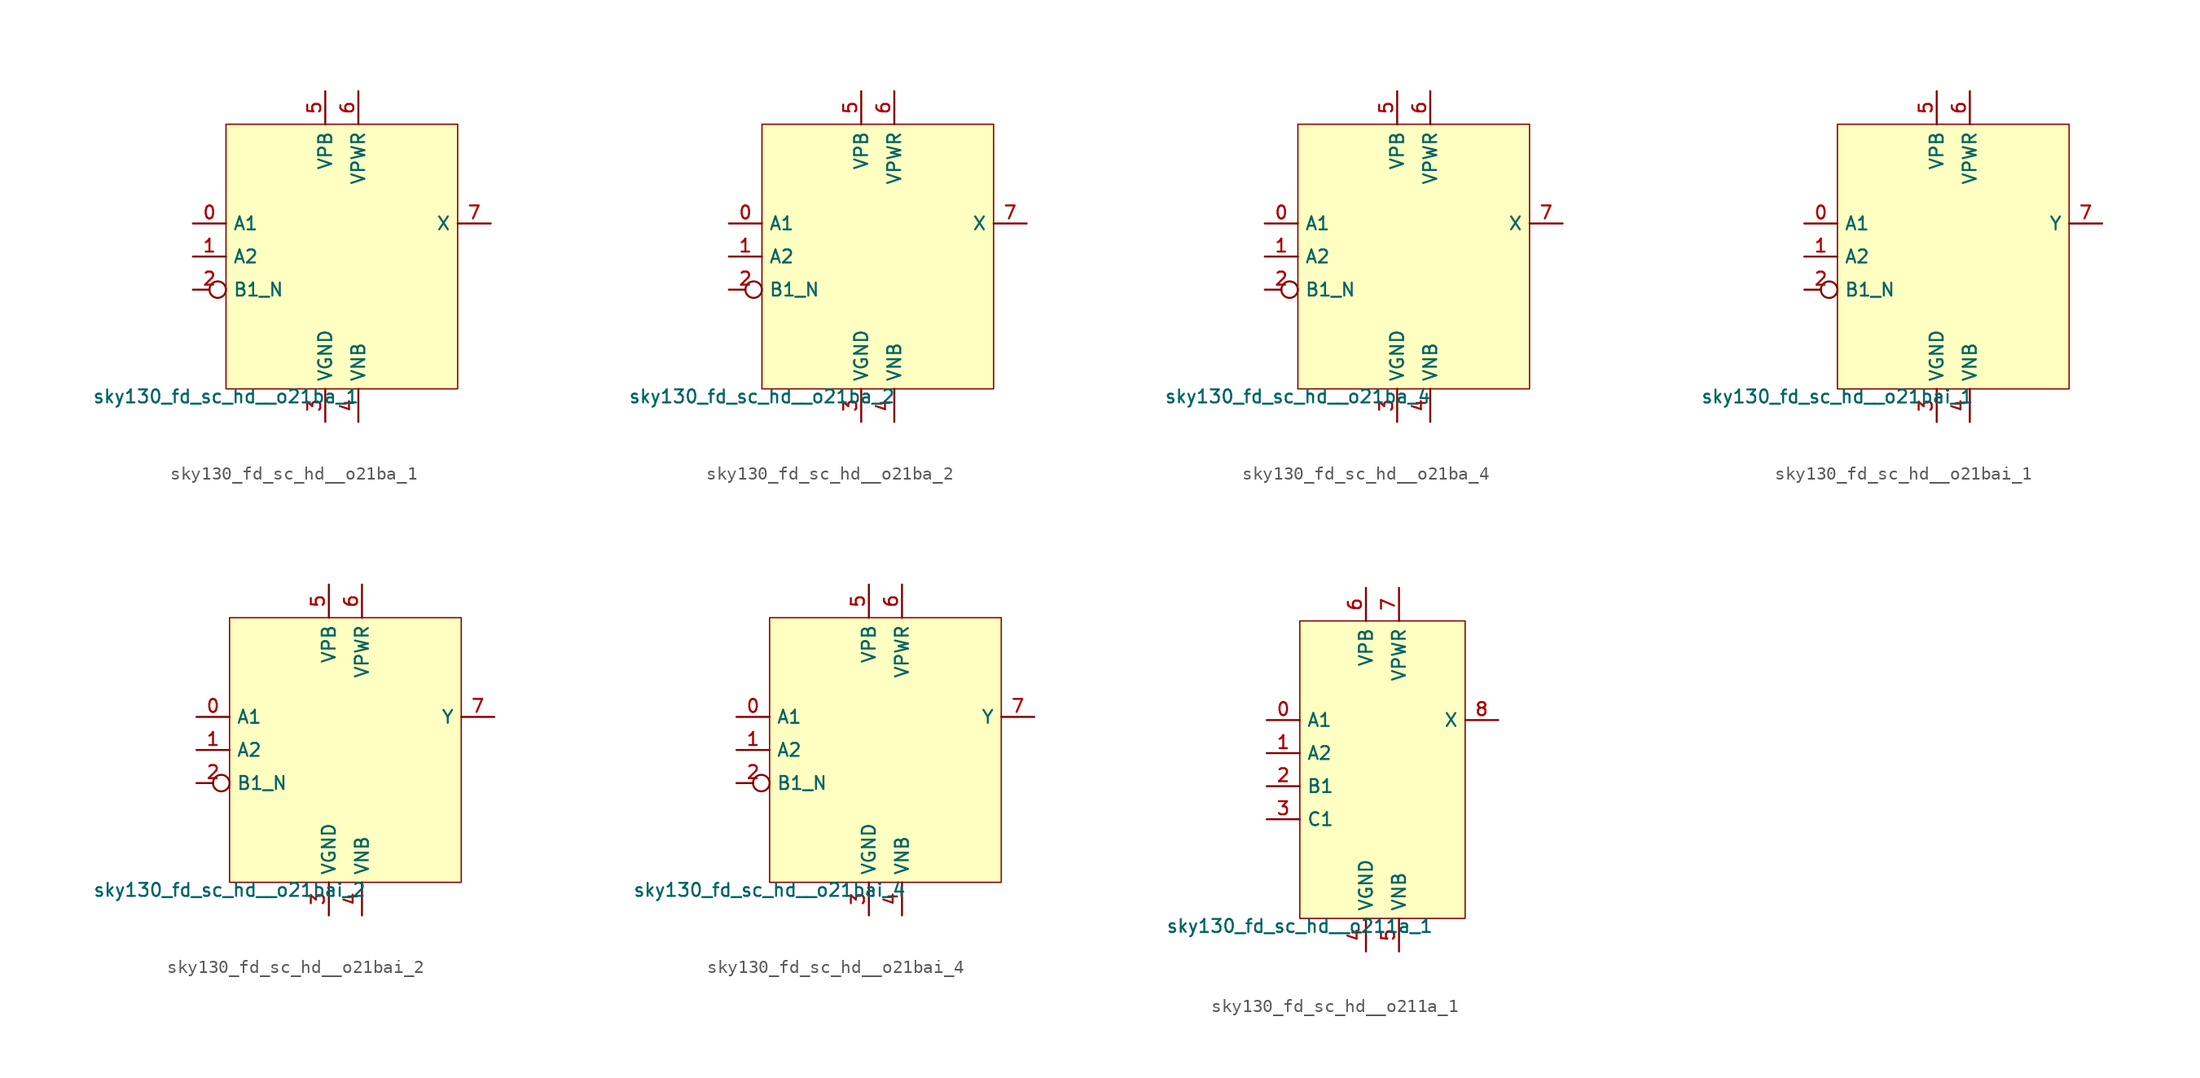
<source format=kicad_sym>
(kicad_symbol_lib
  (version 20211014)
  (generator lef2kicad_sym)
  (symbol "sky130_fd_sc_hd__o21ba_1"
    (property "Reference" "X"
      (at 0 0 0)
      (effects (font (size 1 1)) hide))
    (property "Value" "sky130_fd_sc_hd__o21ba_1"
      (at -8.89 -10.16 0)
      (effects (font (size 1 1)) (justify top)))
    (rectangle
      (start -8.89 -10.16)
      (end 8.89 10.16)
      (stroke (width 0.1) (type solid) (color 0 0 0 0))
      (fill (type background)))
    (pin input line
      (at -11.43 2.54 0)
      (length 2.54)
      (name "A1" (effects (font (size 1 1)) hide))
      (number "0" (effects (font (size 1 1)) hide)))
    (pin input line
      (at -11.43 0.0 0)
      (length 2.54)
      (name "A2" (effects (font (size 1 1)) hide))
      (number "1" (effects (font (size 1 1)) hide)))
    (pin input inverted
      (at -11.43 -2.54 0)
      (length 2.54)
      (name "B1_N" (effects (font (size 1 1)) hide))
      (number "2" (effects (font (size 1 1)) hide)))
    (pin power_in line
      (at -1.27 -12.7 90)
      (length 2.54)
      (name "VGND" (effects (font (size 1 1)) hide))
      (number "3" (effects (font (size 1 1)) hide)))
    (pin power_in line
      (at 1.27 -12.7 90)
      (length 2.54)
      (name "VNB" (effects (font (size 1 1)) hide))
      (number "4" (effects (font (size 1 1)) hide)))
    (pin power_in line
      (at -1.27 12.7 270)
      (length 2.54)
      (name "VPB" (effects (font (size 1 1)) hide))
      (number "5" (effects (font (size 1 1)) hide)))
    (pin power_in line
      (at 1.27 12.7 270)
      (length 2.54)
      (name "VPWR" (effects (font (size 1 1)) hide))
      (number "6" (effects (font (size 1 1)) hide)))
    (pin output line
      (at 11.43 2.54 180)
      (length 2.54)
      (name "X" (effects (font (size 1 1)) hide))
      (number "7" (effects (font (size 1 1)) hide))))
  (symbol "sky130_fd_sc_hd__o21ba_2"
    (property "Reference" "X"
      (at 0 0 0)
      (effects (font (size 1 1)) hide))
    (property "Value" "sky130_fd_sc_hd__o21ba_2"
      (at -8.89 -10.16 0)
      (effects (font (size 1 1)) (justify top)))
    (rectangle
      (start -8.89 -10.16)
      (end 8.89 10.16)
      (stroke (width 0.1) (type solid) (color 0 0 0 0))
      (fill (type background)))
    (pin input line
      (at -11.43 2.54 0)
      (length 2.54)
      (name "A1" (effects (font (size 1 1)) hide))
      (number "0" (effects (font (size 1 1)) hide)))
    (pin input line
      (at -11.43 0.0 0)
      (length 2.54)
      (name "A2" (effects (font (size 1 1)) hide))
      (number "1" (effects (font (size 1 1)) hide)))
    (pin input inverted
      (at -11.43 -2.54 0)
      (length 2.54)
      (name "B1_N" (effects (font (size 1 1)) hide))
      (number "2" (effects (font (size 1 1)) hide)))
    (pin power_in line
      (at -1.27 -12.7 90)
      (length 2.54)
      (name "VGND" (effects (font (size 1 1)) hide))
      (number "3" (effects (font (size 1 1)) hide)))
    (pin power_in line
      (at 1.27 -12.7 90)
      (length 2.54)
      (name "VNB" (effects (font (size 1 1)) hide))
      (number "4" (effects (font (size 1 1)) hide)))
    (pin power_in line
      (at -1.27 12.7 270)
      (length 2.54)
      (name "VPB" (effects (font (size 1 1)) hide))
      (number "5" (effects (font (size 1 1)) hide)))
    (pin power_in line
      (at 1.27 12.7 270)
      (length 2.54)
      (name "VPWR" (effects (font (size 1 1)) hide))
      (number "6" (effects (font (size 1 1)) hide)))
    (pin output line
      (at 11.43 2.54 180)
      (length 2.54)
      (name "X" (effects (font (size 1 1)) hide))
      (number "7" (effects (font (size 1 1)) hide))))
  (symbol "sky130_fd_sc_hd__o21ba_4"
    (property "Reference" "X"
      (at 0 0 0)
      (effects (font (size 1 1)) hide))
    (property "Value" "sky130_fd_sc_hd__o21ba_4"
      (at -8.89 -10.16 0)
      (effects (font (size 1 1)) (justify top)))
    (rectangle
      (start -8.89 -10.16)
      (end 8.89 10.16)
      (stroke (width 0.1) (type solid) (color 0 0 0 0))
      (fill (type background)))
    (pin input line
      (at -11.43 2.54 0)
      (length 2.54)
      (name "A1" (effects (font (size 1 1)) hide))
      (number "0" (effects (font (size 1 1)) hide)))
    (pin input line
      (at -11.43 0.0 0)
      (length 2.54)
      (name "A2" (effects (font (size 1 1)) hide))
      (number "1" (effects (font (size 1 1)) hide)))
    (pin input inverted
      (at -11.43 -2.54 0)
      (length 2.54)
      (name "B1_N" (effects (font (size 1 1)) hide))
      (number "2" (effects (font (size 1 1)) hide)))
    (pin power_in line
      (at -1.27 -12.7 90)
      (length 2.54)
      (name "VGND" (effects (font (size 1 1)) hide))
      (number "3" (effects (font (size 1 1)) hide)))
    (pin power_in line
      (at 1.27 -12.7 90)
      (length 2.54)
      (name "VNB" (effects (font (size 1 1)) hide))
      (number "4" (effects (font (size 1 1)) hide)))
    (pin power_in line
      (at -1.27 12.7 270)
      (length 2.54)
      (name "VPB" (effects (font (size 1 1)) hide))
      (number "5" (effects (font (size 1 1)) hide)))
    (pin power_in line
      (at 1.27 12.7 270)
      (length 2.54)
      (name "VPWR" (effects (font (size 1 1)) hide))
      (number "6" (effects (font (size 1 1)) hide)))
    (pin output line
      (at 11.43 2.54 180)
      (length 2.54)
      (name "X" (effects (font (size 1 1)) hide))
      (number "7" (effects (font (size 1 1)) hide))))
  (symbol "sky130_fd_sc_hd__o21bai_1"
    (property "Reference" "X"
      (at 0 0 0)
      (effects (font (size 1 1)) hide))
    (property "Value" "sky130_fd_sc_hd__o21bai_1"
      (at -8.89 -10.16 0)
      (effects (font (size 1 1)) (justify top)))
    (rectangle
      (start -8.89 -10.16)
      (end 8.89 10.16)
      (stroke (width 0.1) (type solid) (color 0 0 0 0))
      (fill (type background)))
    (pin input line
      (at -11.43 2.54 0)
      (length 2.54)
      (name "A1" (effects (font (size 1 1)) hide))
      (number "0" (effects (font (size 1 1)) hide)))
    (pin input line
      (at -11.43 0.0 0)
      (length 2.54)
      (name "A2" (effects (font (size 1 1)) hide))
      (number "1" (effects (font (size 1 1)) hide)))
    (pin input inverted
      (at -11.43 -2.54 0)
      (length 2.54)
      (name "B1_N" (effects (font (size 1 1)) hide))
      (number "2" (effects (font (size 1 1)) hide)))
    (pin power_in line
      (at -1.27 -12.7 90)
      (length 2.54)
      (name "VGND" (effects (font (size 1 1)) hide))
      (number "3" (effects (font (size 1 1)) hide)))
    (pin power_in line
      (at 1.27 -12.7 90)
      (length 2.54)
      (name "VNB" (effects (font (size 1 1)) hide))
      (number "4" (effects (font (size 1 1)) hide)))
    (pin power_in line
      (at -1.27 12.7 270)
      (length 2.54)
      (name "VPB" (effects (font (size 1 1)) hide))
      (number "5" (effects (font (size 1 1)) hide)))
    (pin power_in line
      (at 1.27 12.7 270)
      (length 2.54)
      (name "VPWR" (effects (font (size 1 1)) hide))
      (number "6" (effects (font (size 1 1)) hide)))
    (pin output line
      (at 11.43 2.54 180)
      (length 2.54)
      (name "Y" (effects (font (size 1 1)) hide))
      (number "7" (effects (font (size 1 1)) hide))))
  (symbol "sky130_fd_sc_hd__o21bai_2"
    (property "Reference" "X"
      (at 0 0 0)
      (effects (font (size 1 1)) hide))
    (property "Value" "sky130_fd_sc_hd__o21bai_2"
      (at -8.89 -10.16 0)
      (effects (font (size 1 1)) (justify top)))
    (rectangle
      (start -8.89 -10.16)
      (end 8.89 10.16)
      (stroke (width 0.1) (type solid) (color 0 0 0 0))
      (fill (type background)))
    (pin input line
      (at -11.43 2.54 0)
      (length 2.54)
      (name "A1" (effects (font (size 1 1)) hide))
      (number "0" (effects (font (size 1 1)) hide)))
    (pin input line
      (at -11.43 0.0 0)
      (length 2.54)
      (name "A2" (effects (font (size 1 1)) hide))
      (number "1" (effects (font (size 1 1)) hide)))
    (pin input inverted
      (at -11.43 -2.54 0)
      (length 2.54)
      (name "B1_N" (effects (font (size 1 1)) hide))
      (number "2" (effects (font (size 1 1)) hide)))
    (pin power_in line
      (at -1.27 -12.7 90)
      (length 2.54)
      (name "VGND" (effects (font (size 1 1)) hide))
      (number "3" (effects (font (size 1 1)) hide)))
    (pin power_in line
      (at 1.27 -12.7 90)
      (length 2.54)
      (name "VNB" (effects (font (size 1 1)) hide))
      (number "4" (effects (font (size 1 1)) hide)))
    (pin power_in line
      (at -1.27 12.7 270)
      (length 2.54)
      (name "VPB" (effects (font (size 1 1)) hide))
      (number "5" (effects (font (size 1 1)) hide)))
    (pin power_in line
      (at 1.27 12.7 270)
      (length 2.54)
      (name "VPWR" (effects (font (size 1 1)) hide))
      (number "6" (effects (font (size 1 1)) hide)))
    (pin output line
      (at 11.43 2.54 180)
      (length 2.54)
      (name "Y" (effects (font (size 1 1)) hide))
      (number "7" (effects (font (size 1 1)) hide))))
  (symbol "sky130_fd_sc_hd__o21bai_4"
    (property "Reference" "X"
      (at 0 0 0)
      (effects (font (size 1 1)) hide))
    (property "Value" "sky130_fd_sc_hd__o21bai_4"
      (at -8.89 -10.16 0)
      (effects (font (size 1 1)) (justify top)))
    (rectangle
      (start -8.89 -10.16)
      (end 8.89 10.16)
      (stroke (width 0.1) (type solid) (color 0 0 0 0))
      (fill (type background)))
    (pin input line
      (at -11.43 2.54 0)
      (length 2.54)
      (name "A1" (effects (font (size 1 1)) hide))
      (number "0" (effects (font (size 1 1)) hide)))
    (pin input line
      (at -11.43 0.0 0)
      (length 2.54)
      (name "A2" (effects (font (size 1 1)) hide))
      (number "1" (effects (font (size 1 1)) hide)))
    (pin input inverted
      (at -11.43 -2.54 0)
      (length 2.54)
      (name "B1_N" (effects (font (size 1 1)) hide))
      (number "2" (effects (font (size 1 1)) hide)))
    (pin power_in line
      (at -1.27 -12.7 90)
      (length 2.54)
      (name "VGND" (effects (font (size 1 1)) hide))
      (number "3" (effects (font (size 1 1)) hide)))
    (pin power_in line
      (at 1.27 -12.7 90)
      (length 2.54)
      (name "VNB" (effects (font (size 1 1)) hide))
      (number "4" (effects (font (size 1 1)) hide)))
    (pin power_in line
      (at -1.27 12.7 270)
      (length 2.54)
      (name "VPB" (effects (font (size 1 1)) hide))
      (number "5" (effects (font (size 1 1)) hide)))
    (pin power_in line
      (at 1.27 12.7 270)
      (length 2.54)
      (name "VPWR" (effects (font (size 1 1)) hide))
      (number "6" (effects (font (size 1 1)) hide)))
    (pin output line
      (at 11.43 2.54 180)
      (length 2.54)
      (name "Y" (effects (font (size 1 1)) hide))
      (number "7" (effects (font (size 1 1)) hide))))
  (symbol "sky130_fd_sc_hd__o211a_1"
    (property "Reference" "X"
      (at 0 0 0)
      (effects (font (size 1 1)) hide))
    (property "Value" "sky130_fd_sc_hd__o211a_1"
      (at -6.35 -11.43 0)
      (effects (font (size 1 1)) (justify top)))
    (rectangle
      (start -6.35 -11.43)
      (end 6.35 11.43)
      (stroke (width 0.1) (type solid) (color 0 0 0 0))
      (fill (type background)))
    (pin input line
      (at -8.89 3.81 0)
      (length 2.54)
      (name "A1" (effects (font (size 1 1)) hide))
      (number "0" (effects (font (size 1 1)) hide)))
    (pin input line
      (at -8.89 1.27 0)
      (length 2.54)
      (name "A2" (effects (font (size 1 1)) hide))
      (number "1" (effects (font (size 1 1)) hide)))
    (pin input line
      (at -8.89 -1.27 0)
      (length 2.54)
      (name "B1" (effects (font (size 1 1)) hide))
      (number "2" (effects (font (size 1 1)) hide)))
    (pin input line
      (at -8.89 -3.81 0)
      (length 2.54)
      (name "C1" (effects (font (size 1 1)) hide))
      (number "3" (effects (font (size 1 1)) hide)))
    (pin power_in line
      (at -1.27 -13.97 90)
      (length 2.54)
      (name "VGND" (effects (font (size 1 1)) hide))
      (number "4" (effects (font (size 1 1)) hide)))
    (pin power_in line
      (at 1.27 -13.97 90)
      (length 2.54)
      (name "VNB" (effects (font (size 1 1)) hide))
      (number "5" (effects (font (size 1 1)) hide)))
    (pin power_in line
      (at -1.27 13.97 270)
      (length 2.54)
      (name "VPB" (effects (font (size 1 1)) hide))
      (number "6" (effects (font (size 1 1)) hide)))
    (pin power_in line
      (at 1.27 13.97 270)
      (length 2.54)
      (name "VPWR" (effects (font (size 1 1)) hide))
      (number "7" (effects (font (size 1 1)) hide)))
    (pin output line
      (at 8.89 3.81 180)
      (length 2.54)
      (name "X" (effects (font (size 1 1)) hide))
      (number "8" (effects (font (size 1 1)) hide)))))
</source>
